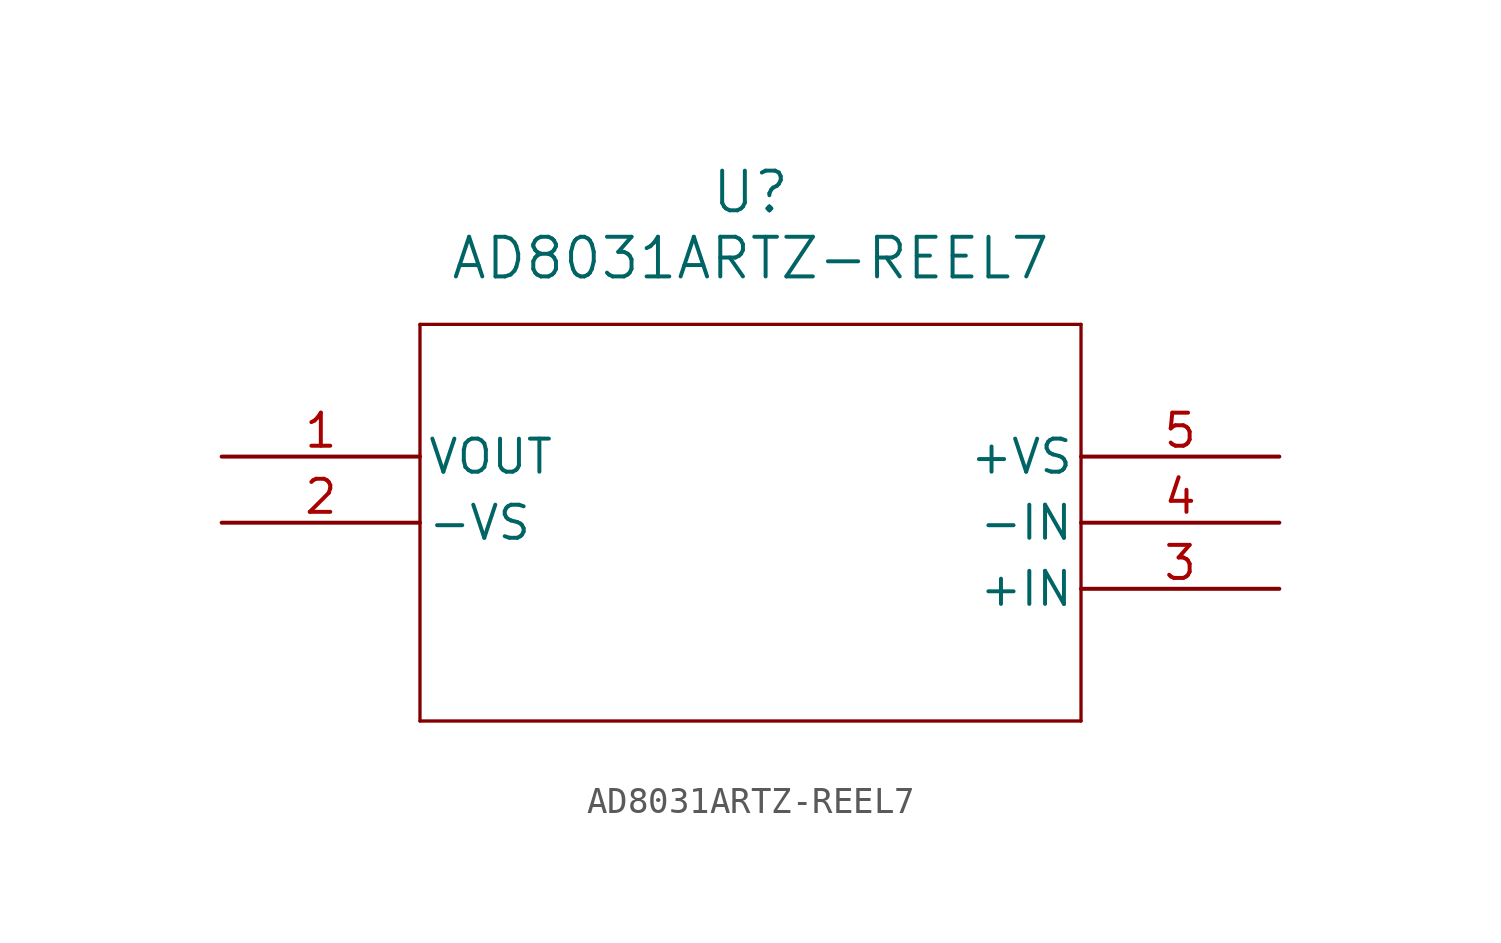
<source format=kicad_sym>
(kicad_symbol_lib
  (version 20241209)
  (generator "kicad_symbol_editor")
  (generator_version "9.0")
  (symbol "AD8031ARTZ-REEL7"
    (pin_names
      (offset 0.254))
    (property "Reference" "U"
      (at 20.32 10.16 0)
      (effects (font (size 1.524 1.524))))
    (property "Value" "AD8031ARTZ-REEL7"
      (at 20.32 7.62 0)
      (effects (font (size 1.524 1.524))))
    (property "ki_locked" ""
      (at 0 0 0)
      (effects (font (size 1.27 1.27))))
    (symbol "AD8031ARTZ-REEL7_0_1"
      (polyline (pts (xy 7.62 5.08) (xy 7.62 -10.16)) (stroke (width 0.127) (type default)) (fill (type none)))
      (polyline (pts (xy 7.62 -10.16) (xy 33.02 -10.16)) (stroke (width 0.127) (type default)) (fill (type none)))
      (polyline (pts (xy 33.02 5.08) (xy 7.62 5.08)) (stroke (width 0.127) (type default)) (fill (type none)))
      (polyline (pts (xy 33.02 -10.16) (xy 33.02 5.08)) (stroke (width 0.127) (type default)) (fill (type none)))
      (pin unspecified line (at 0 0 0) (length 7.62) (name "VOUT" (effects (font (size 1.27 1.27)))) (number "1" (effects (font (size 1.27 1.27)))))
      (pin power_in line (at 0 -2.54 0) (length 7.62) (name "-VS" (effects (font (size 1.27 1.27)))) (number "2" (effects (font (size 1.27 1.27)))))
      (pin power_in line (at 40.64 0 180) (length 7.62) (name "+VS" (effects (font (size 1.27 1.27)))) (number "5" (effects (font (size 1.27 1.27)))))
      (pin unspecified line (at 40.64 -2.54 180) (length 7.62) (name "-IN" (effects (font (size 1.27 1.27)))) (number "4" (effects (font (size 1.27 1.27)))))
      (pin unspecified line (at 40.64 -5.08 180) (length 7.62) (name "+IN" (effects (font (size 1.27 1.27)))) (number "3" (effects (font (size 1.27 1.27))))))))
</source>
